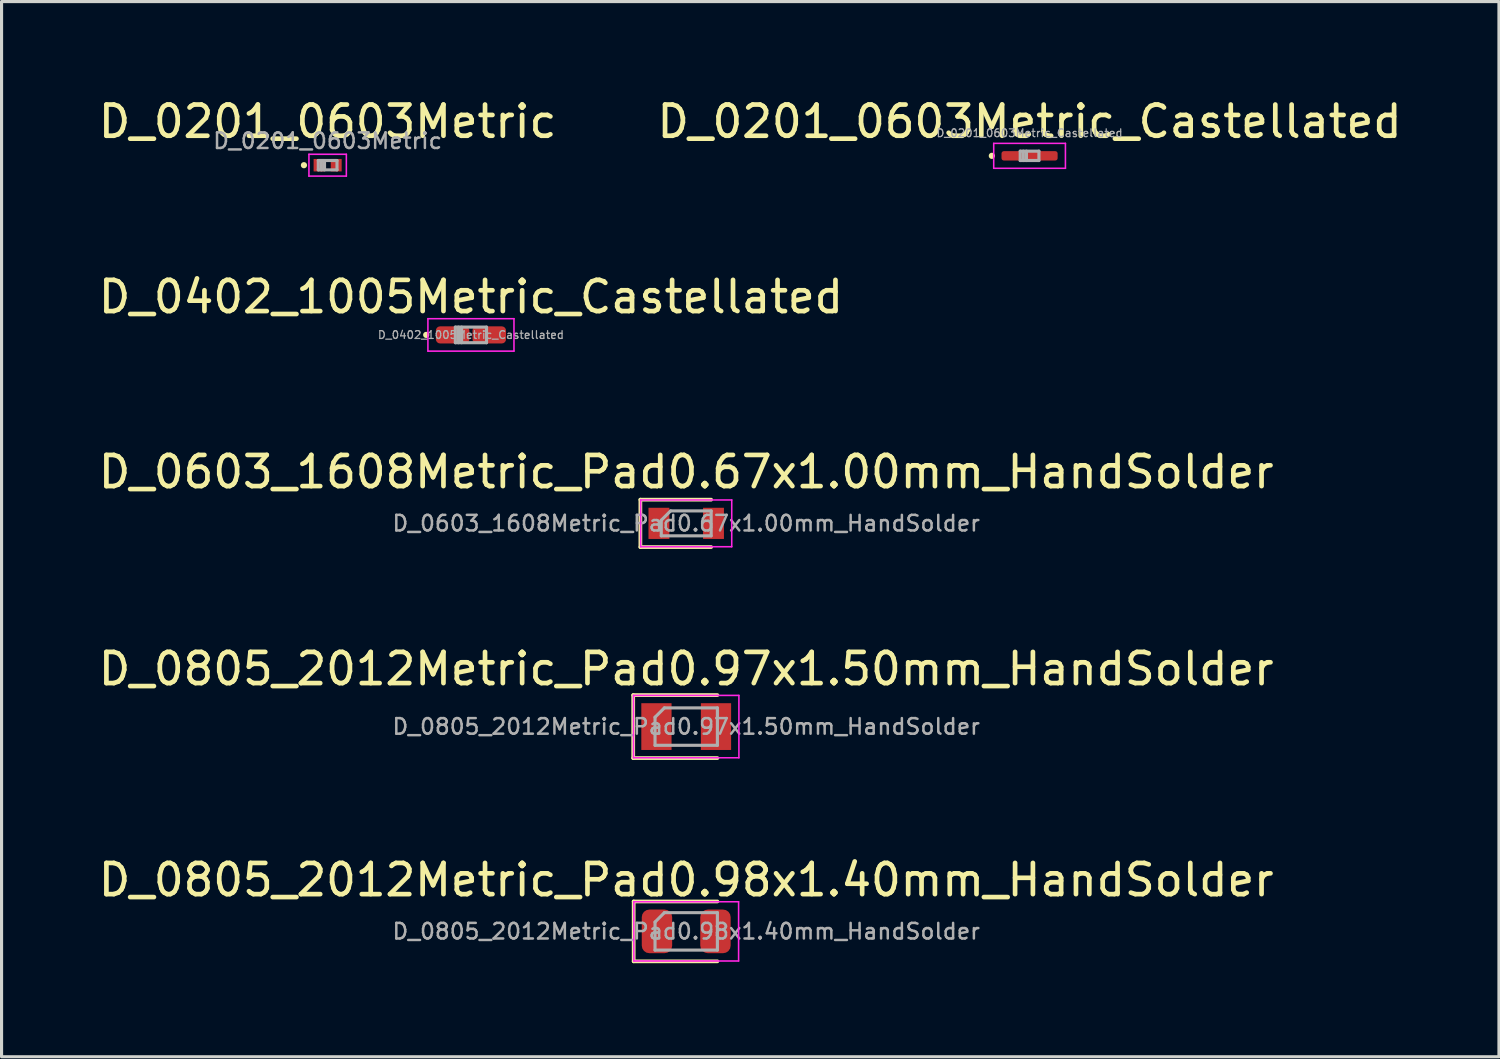
<source format=kicad_pcb>
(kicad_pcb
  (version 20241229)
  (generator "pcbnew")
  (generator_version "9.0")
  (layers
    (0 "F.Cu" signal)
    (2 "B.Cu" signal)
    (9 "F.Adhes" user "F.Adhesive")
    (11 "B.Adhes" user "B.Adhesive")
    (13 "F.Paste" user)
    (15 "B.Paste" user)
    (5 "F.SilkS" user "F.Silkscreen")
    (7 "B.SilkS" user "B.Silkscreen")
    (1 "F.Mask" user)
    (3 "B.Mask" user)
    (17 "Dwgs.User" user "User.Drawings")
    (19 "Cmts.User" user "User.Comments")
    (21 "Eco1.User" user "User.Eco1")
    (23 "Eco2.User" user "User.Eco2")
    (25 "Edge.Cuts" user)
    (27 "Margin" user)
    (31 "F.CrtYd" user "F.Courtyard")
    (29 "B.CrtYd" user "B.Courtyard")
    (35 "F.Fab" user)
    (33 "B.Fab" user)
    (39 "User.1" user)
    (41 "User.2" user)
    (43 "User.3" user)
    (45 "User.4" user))
  (footprint "D_0201_0603Metric"
    (layer "F.Cu")
    (at 7.458 2.248)
    (property "Reference" "D_0201_0603Metric" (at 0 -1.4 0) (layer "F.SilkS") (effects (font (size 1 1) (thickness 0.15))))
    (attr smd)
    (fp_circle (center -0.76 0) (end -0.71 0) (stroke (width 0.1) (type solid)) (fill no) (layer "F.SilkS"))
    (fp_line (start -0.6 -0.35) (end 0.6 -0.35) (stroke (width 0.05) (type solid)) (layer "F.CrtYd"))
    (fp_line (start -0.6 0.35) (end -0.6 -0.35) (stroke (width 0.05) (type solid)) (layer "F.CrtYd"))
    (fp_line (start 0.6 -0.35) (end 0.6 0.35) (stroke (width 0.05) (type solid)) (layer "F.CrtYd"))
    (fp_line (start 0.6 0.35) (end -0.6 0.35) (stroke (width 0.05) (type solid)) (layer "F.CrtYd"))
    (fp_line (start -0.3 -0.15) (end 0.3 -0.15) (stroke (width 0.1) (type solid)) (layer "F.Fab"))
    (fp_line (start -0.3 0.15) (end -0.3 -0.15) (stroke (width 0.1) (type solid)) (layer "F.Fab"))
    (fp_line (start -0.2 0.15) (end -0.2 -0.15) (stroke (width 0.1) (type solid)) (layer "F.Fab"))
    (fp_line (start -0.1 0.15) (end -0.1 -0.15) (stroke (width 0.1) (type solid)) (layer "F.Fab"))
    (fp_line (start 0.3 -0.15) (end 0.3 0.15) (stroke (width 0.1) (type solid)) (layer "F.Fab"))
    (fp_line (start 0.3 0.15) (end -0.3 0.15) (stroke (width 0.1) (type solid)) (layer "F.Fab"))
    (fp_text user "${REFERENCE}" (at 0 -0.78 0) (layer "F.Fab") (effects (font (size 0.5 0.5) (thickness 0.08))))
    (pad "" smd rect (at -0.3 0) (size 0.23 0.36) (layers "F.Paste"))
    (pad "" smd rect (at 0.3 0) (size 0.23 0.36) (layers "F.Paste"))
    (pad "1" smd rect (at -0.275 0) (size 0.35 0.4) (layers "F.Cu" "F.Mask"))
    (pad "2" smd rect (at 0.275 0) (size 0.35 0.4) (layers "F.Cu" "F.Mask")))
  (footprint "D_0805_2012Metric_Pad0.98x1.40mm_HandSolder"
    (layer "F.Cu")
    (at 18.958 26.821)
    (property "Reference" "D_0805_2012Metric_Pad0.98x1.40mm_HandSolder" (at 0 -1.65 0) (layer "F.SilkS") (effects (font (size 1 1) (thickness 0.15))))
    (attr smd)
    (fp_line (start -1.685 -0.96) (end -1.685 0.96) (stroke (width 0.12) (type solid)) (layer "F.SilkS"))
    (fp_line (start -1.685 0.96) (end 1 0.96) (stroke (width 0.12) (type solid)) (layer "F.SilkS"))
    (fp_line (start 1 -0.96) (end -1.685 -0.96) (stroke (width 0.12) (type solid)) (layer "F.SilkS"))
    (fp_line (start -1.68 -0.95) (end 1.68 -0.95) (stroke (width 0.05) (type solid)) (layer "F.CrtYd"))
    (fp_line (start -1.68 0.95) (end -1.68 -0.95) (stroke (width 0.05) (type solid)) (layer "F.CrtYd"))
    (fp_line (start 1.68 -0.95) (end 1.68 0.95) (stroke (width 0.05) (type solid)) (layer "F.CrtYd"))
    (fp_line (start 1.68 0.95) (end -1.68 0.95) (stroke (width 0.05) (type solid)) (layer "F.CrtYd"))
    (fp_line (start -1 -0.3) (end -1 0.6) (stroke (width 0.1) (type solid)) (layer "F.Fab"))
    (fp_line (start -1 0.6) (end 1 0.6) (stroke (width 0.1) (type solid)) (layer "F.Fab"))
    (fp_line (start -0.7 -0.6) (end -1 -0.3) (stroke (width 0.1) (type solid)) (layer "F.Fab"))
    (fp_line (start 1 -0.6) (end -0.7 -0.6) (stroke (width 0.1) (type solid)) (layer "F.Fab"))
    (fp_line (start 1 0.6) (end 1 -0.6) (stroke (width 0.1) (type solid)) (layer "F.Fab"))
    (fp_text user "${REFERENCE}" (at 0 0 0) (layer "F.Fab") (effects (font (size 0.5 0.5) (thickness 0.08))))
    (pad "1" smd roundrect (at -0.938 0) (size 0.975 1.4) (layers "F.Cu" "F.Mask" "F.Paste") (roundrect_rratio 0.25))
    (pad "2" smd roundrect (at 0.938 0) (size 0.975 1.4) (layers "F.Cu" "F.Mask" "F.Paste") (roundrect_rratio 0.25)))
  (footprint "D_0805_2012Metric_Pad0.97x1.50mm_HandSolder"
    (layer "F.Cu")
    (at 18.958 20.253)
    (property "Reference" "D_0805_2012Metric_Pad0.97x1.50mm_HandSolder" (at 0 -1.85 0) (layer "F.SilkS") (effects (font (size 1 1) (thickness 0.15))))
    (attr smd)
    (fp_line (start -1.7 -1.01) (end -1.7 1.01) (stroke (width 0.12) (type solid)) (layer "F.SilkS"))
    (fp_line (start -1.7 1.01) (end 1 1.01) (stroke (width 0.12) (type solid)) (layer "F.SilkS"))
    (fp_line (start 1 -1.01) (end -1.7 -1.01) (stroke (width 0.12) (type solid)) (layer "F.SilkS"))
    (fp_line (start -1.69 -1) (end 1.69 -1) (stroke (width 0.05) (type solid)) (layer "F.CrtYd"))
    (fp_line (start -1.69 1) (end -1.69 -1) (stroke (width 0.05) (type solid)) (layer "F.CrtYd"))
    (fp_line (start 1.69 -1) (end 1.69 1) (stroke (width 0.05) (type solid)) (layer "F.CrtYd"))
    (fp_line (start 1.69 1) (end -1.69 1) (stroke (width 0.05) (type solid)) (layer "F.CrtYd"))
    (fp_line (start -1 -0.3) (end -1 0.6) (stroke (width 0.1) (type solid)) (layer "F.Fab"))
    (fp_line (start -1 0.6) (end 1 0.6) (stroke (width 0.1) (type solid)) (layer "F.Fab"))
    (fp_line (start -0.7 -0.6) (end -1 -0.3) (stroke (width 0.1) (type solid)) (layer "F.Fab"))
    (fp_line (start 1 -0.6) (end -0.7 -0.6) (stroke (width 0.1) (type solid)) (layer "F.Fab"))
    (fp_line (start 1 0.6) (end 1 -0.6) (stroke (width 0.1) (type solid)) (layer "F.Fab"))
    (fp_text user "${REFERENCE}" (at 0 0 0) (layer "F.Fab") (effects (font (size 0.5 0.5) (thickness 0.08))))
    (pad "1" smd rect (at -0.955 0) (size 0.97 1.5) (layers "F.Cu" "F.Mask" "F.Paste"))
    (pad "2" smd rect (at 0.955 0) (size 0.97 1.5) (layers "F.Cu" "F.Mask" "F.Paste")))
  (footprint "D_0201_0603Metric_Castellated"
    (layer "F.Cu")
    (at 29.97 1.948)
    (property "Reference" "D_0201_0603Metric_Castellated" (at 0 -1.1 0) (layer "F.SilkS") (effects (font (size 1 1) (thickness 0.15))))
    (attr smd)
    (fp_circle (center -1.21 0) (end -1.16 0) (stroke (width 0.1) (type solid)) (fill no) (layer "F.SilkS"))
    (fp_line (start -1.15 -0.4) (end 1.15 -0.4) (stroke (width 0.05) (type solid)) (layer "F.CrtYd"))
    (fp_line (start -1.15 0.4) (end -1.15 -0.4) (stroke (width 0.05) (type solid)) (layer "F.CrtYd"))
    (fp_line (start 1.15 -0.4) (end 1.15 0.4) (stroke (width 0.05) (type solid)) (layer "F.CrtYd"))
    (fp_line (start 1.15 0.4) (end -1.15 0.4) (stroke (width 0.05) (type solid)) (layer "F.CrtYd"))
    (fp_line (start -0.3 -0.15) (end 0.3 -0.15) (stroke (width 0.1) (type solid)) (layer "F.Fab"))
    (fp_line (start -0.3 0.15) (end -0.3 -0.15) (stroke (width 0.1) (type solid)) (layer "F.Fab"))
    (fp_line (start -0.2 0.15) (end -0.2 -0.15) (stroke (width 0.1) (type solid)) (layer "F.Fab"))
    (fp_line (start -0.1 0.15) (end -0.1 -0.15) (stroke (width 0.1) (type solid)) (layer "F.Fab"))
    (fp_line (start 0.3 -0.15) (end 0.3 0.15) (stroke (width 0.1) (type solid)) (layer "F.Fab"))
    (fp_line (start 0.3 0.15) (end -0.3 0.15) (stroke (width 0.1) (type solid)) (layer "F.Fab"))
    (fp_text user "${REFERENCE}" (at 0 -0.73 0) (layer "F.Fab") (effects (font (size 0.25 0.25) (thickness 0.04))))
    (pad "" smd roundrect (at -0.45 0) (size 0.71 0.27) (layers "F.Paste") (roundrect_rratio 0.25))
    (pad "" smd roundrect (at 0.45 0) (size 0.71 0.27) (layers "F.Paste") (roundrect_rratio 0.25))
    (pad "1" smd roundrect (at -0.425 0) (size 0.95 0.3) (layers "F.Cu" "F.Mask") (roundrect_rratio 0.25))
    (pad "2" smd roundrect (at 0.425 0) (size 0.95 0.3) (layers "F.Cu" "F.Mask") (roundrect_rratio 0.25)))
  (footprint "D_0603_1608Metric_Pad0.67x1.00mm_HandSolder"
    (layer "F.Cu")
    (at 18.958 13.735)
    (property "Reference" "D_0603_1608Metric_Pad0.67x1.00mm_HandSolder" (at 0 -1.65 0) (layer "F.SilkS") (effects (font (size 1 1) (thickness 0.15))))
    (attr smd)
    (fp_line (start -1.47 -0.76) (end -1.47 0.76) (stroke (width 0.12) (type solid)) (layer "F.SilkS"))
    (fp_line (start -1.47 0.76) (end 0.8 0.76) (stroke (width 0.12) (type solid)) (layer "F.SilkS"))
    (fp_line (start 0.8 -0.76) (end -1.47 -0.76) (stroke (width 0.12) (type solid)) (layer "F.SilkS"))
    (fp_line (start -1.46 -0.75) (end 1.46 -0.75) (stroke (width 0.05) (type solid)) (layer "F.CrtYd"))
    (fp_line (start -1.46 0.75) (end -1.46 -0.75) (stroke (width 0.05) (type solid)) (layer "F.CrtYd"))
    (fp_line (start 1.46 -0.75) (end 1.46 0.75) (stroke (width 0.05) (type solid)) (layer "F.CrtYd"))
    (fp_line (start 1.46 0.75) (end -1.46 0.75) (stroke (width 0.05) (type solid)) (layer "F.CrtYd"))
    (fp_line (start -0.8 -0.1) (end -0.8 0.4) (stroke (width 0.1) (type solid)) (layer "F.Fab"))
    (fp_line (start -0.8 0.4) (end 0.8 0.4) (stroke (width 0.1) (type solid)) (layer "F.Fab"))
    (fp_line (start -0.5 -0.4) (end -0.8 -0.1) (stroke (width 0.1) (type solid)) (layer "F.Fab"))
    (fp_line (start 0.8 -0.4) (end -0.5 -0.4) (stroke (width 0.1) (type solid)) (layer "F.Fab"))
    (fp_line (start 0.8 0.4) (end 0.8 -0.4) (stroke (width 0.1) (type solid)) (layer "F.Fab"))
    (fp_text user "${REFERENCE}" (at 0 0 0) (layer "F.Fab") (effects (font (size 0.5 0.5) (thickness 0.08))))
    (pad "1" smd rect (at -0.875 0) (size 0.67 1) (layers "F.Cu" "F.Mask" "F.Paste"))
    (pad "2" smd rect (at 0.875 0) (size 0.67 1) (layers "F.Cu" "F.Mask" "F.Paste")))
  (footprint "D_0402_1005Metric_Castellated"
    (layer "F.Cu")
    (at 12.054 7.691)
    (property "Reference" "D_0402_1005Metric_Castellated" (at 0 -1.22 0) (layer "F.SilkS") (effects (font (size 1 1) (thickness 0.15))))
    (attr smd)
    (fp_circle (center -1.435 0) (end -1.385 0) (stroke (width 0.1) (type solid)) (fill no) (layer "F.SilkS"))
    (fp_line (start -1.38 -0.52) (end 1.38 -0.52) (stroke (width 0.05) (type solid)) (layer "F.CrtYd"))
    (fp_line (start -1.38 0.52) (end -1.38 -0.52) (stroke (width 0.05) (type solid)) (layer "F.CrtYd"))
    (fp_line (start 1.38 -0.52) (end 1.38 0.52) (stroke (width 0.05) (type solid)) (layer "F.CrtYd"))
    (fp_line (start 1.38 0.52) (end -1.38 0.52) (stroke (width 0.05) (type solid)) (layer "F.CrtYd"))
    (fp_line (start -0.5 -0.25) (end 0.5 -0.25) (stroke (width 0.1) (type solid)) (layer "F.Fab"))
    (fp_line (start -0.5 0.25) (end -0.5 -0.25) (stroke (width 0.1) (type solid)) (layer "F.Fab"))
    (fp_line (start -0.4 0.25) (end -0.4 -0.25) (stroke (width 0.1) (type solid)) (layer "F.Fab"))
    (fp_line (start -0.3 0.25) (end -0.3 -0.25) (stroke (width 0.1) (type solid)) (layer "F.Fab"))
    (fp_line (start 0.5 -0.25) (end 0.5 0.25) (stroke (width 0.1) (type solid)) (layer "F.Fab"))
    (fp_line (start 0.5 0.25) (end -0.5 0.25) (stroke (width 0.1) (type solid)) (layer "F.Fab"))
    (fp_text user "${REFERENCE}" (at 0 0 0) (layer "F.Fab") (effects (font (size 0.25 0.25) (thickness 0.04))))
    (pad "1" smd roundrect (at -0.588 0) (size 1.075 0.55) (layers "F.Cu" "F.Mask" "F.Paste") (roundrect_rratio 0.25))
    (pad "2" smd roundrect (at 0.588 0) (size 1.075 0.55) (layers "F.Cu" "F.Mask" "F.Paste") (roundrect_rratio 0.25)))
  (gr_rect
    (start -3 -3)
    (end 45.024 30.841)
    (stroke (width 0.1) (type default))
    (fill no)
    (layer "Edge.Cuts")))
</source>
